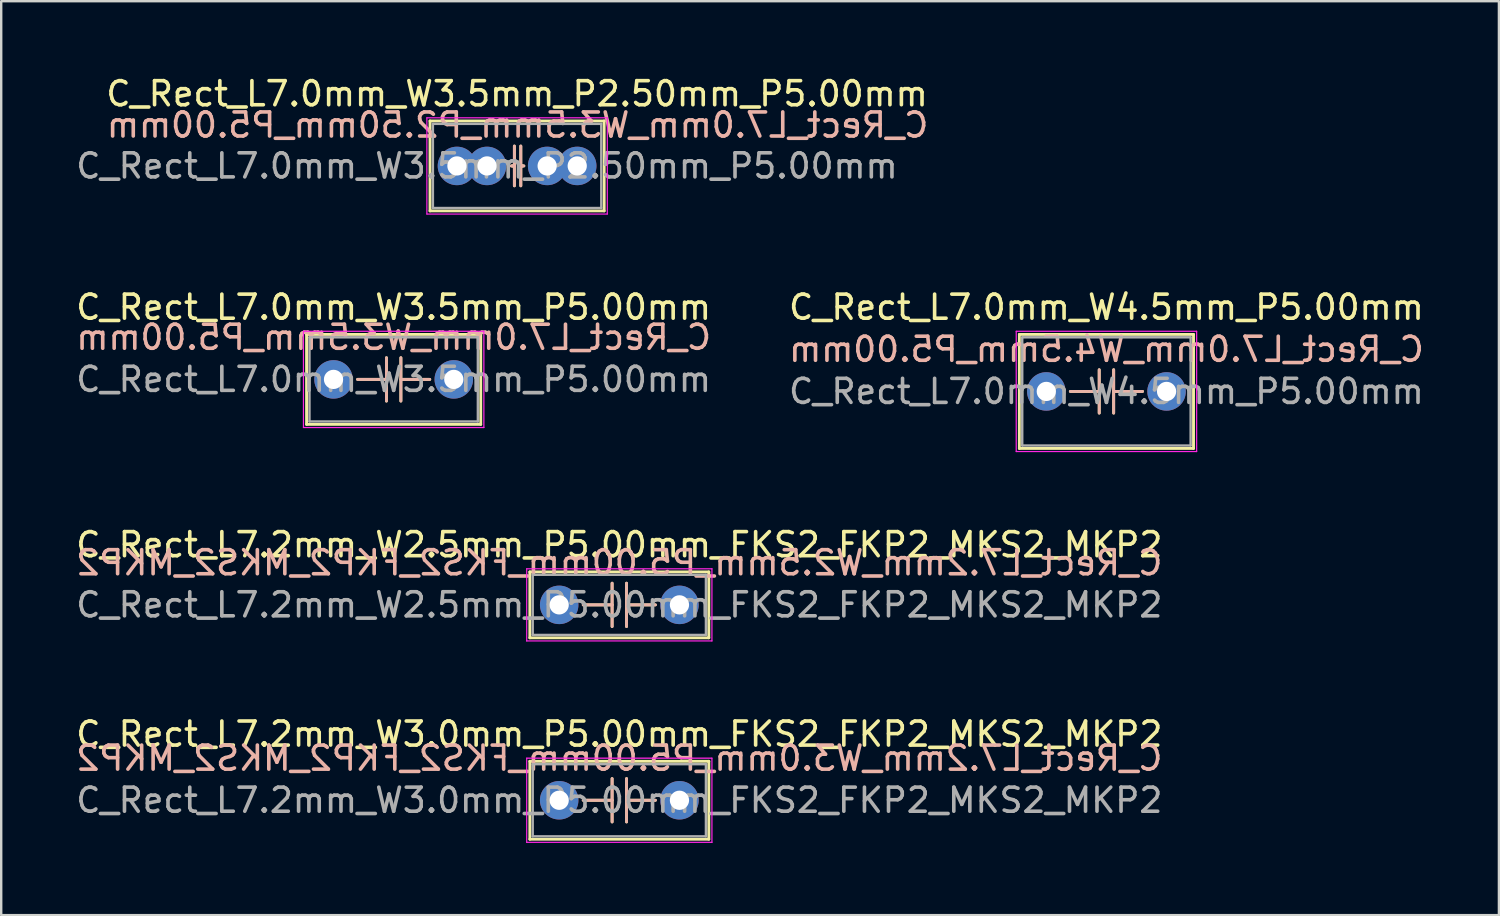
<source format=kicad_pcb>
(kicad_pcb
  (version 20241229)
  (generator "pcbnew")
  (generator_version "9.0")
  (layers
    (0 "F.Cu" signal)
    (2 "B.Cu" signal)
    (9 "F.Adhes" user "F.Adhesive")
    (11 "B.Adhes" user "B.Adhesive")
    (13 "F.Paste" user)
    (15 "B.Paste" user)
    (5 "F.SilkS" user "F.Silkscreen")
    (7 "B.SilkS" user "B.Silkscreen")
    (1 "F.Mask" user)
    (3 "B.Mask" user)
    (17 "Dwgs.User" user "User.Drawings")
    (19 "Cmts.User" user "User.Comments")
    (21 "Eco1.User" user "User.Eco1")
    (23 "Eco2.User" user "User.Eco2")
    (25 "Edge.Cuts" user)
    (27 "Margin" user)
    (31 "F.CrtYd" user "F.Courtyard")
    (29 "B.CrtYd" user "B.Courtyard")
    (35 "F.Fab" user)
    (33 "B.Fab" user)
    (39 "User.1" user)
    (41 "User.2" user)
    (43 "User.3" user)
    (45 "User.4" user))
  (footprint "C_Rect_L7.0mm_W3.5mm_P2.50mm_P5.00mm"
    (layer "F.Cu")
    (at 15.946 3.848)
    (property "Reference" "C_Rect_L7.0mm_W3.5mm_P2.50mm_P5.00mm" (at 2.5 -3 0) (layer "F.SilkS") (effects (font (size 1 1) (thickness 0.15))))
    (fp_line (start -1.12 -1.87) (end -1.12 1.87) (stroke (width 0.12) (type solid)) (layer "F.SilkS"))
    (fp_line (start -1.12 -1.87) (end 6.12 -1.87) (stroke (width 0.12) (type solid)) (layer "F.SilkS"))
    (fp_line (start -1.12 1.87) (end 6.12 1.87) (stroke (width 0.12) (type solid)) (layer "F.SilkS"))
    (fp_line (start 2.261 0) (end 2.324 0) (stroke (width 0.12) (type solid)) (layer "F.SilkS"))
    (fp_line (start 2.324 0) (end 2.388 0) (stroke (width 0.12) (type solid)) (layer "F.SilkS"))
    (fp_line (start 2.388 0) (end 2.388 -0.826) (stroke (width 0.12) (type solid)) (layer "F.SilkS"))
    (fp_line (start 2.388 0.826) (end 2.388 0) (stroke (width 0.12) (type solid)) (layer "F.SilkS"))
    (fp_line (start 2.654 0) (end 2.654 -0.826) (stroke (width 0.12) (type solid)) (layer "F.SilkS"))
    (fp_line (start 2.654 0.826) (end 2.654 0) (stroke (width 0.12) (type solid)) (layer "F.SilkS"))
    (fp_line (start 2.718 0) (end 2.654 0) (stroke (width 0.12) (type solid)) (layer "F.SilkS"))
    (fp_line (start 2.781 0) (end 2.718 0) (stroke (width 0.12) (type solid)) (layer "F.SilkS"))
    (fp_line (start 6.12 -1.87) (end 6.12 1.87) (stroke (width 0.12) (type solid)) (layer "F.SilkS"))
    (fp_line (start 2.26 0) (end 2.324 0) (stroke (width 0.12) (type solid)) (layer "B.SilkS"))
    (fp_line (start 2.324 0) (end 2.387 0) (stroke (width 0.12) (type solid)) (layer "B.SilkS"))
    (fp_line (start 2.387 -0.826) (end 2.387 0) (stroke (width 0.12) (type solid)) (layer "B.SilkS"))
    (fp_line (start 2.387 0) (end 2.387 0.826) (stroke (width 0.12) (type solid)) (layer "B.SilkS"))
    (fp_line (start 2.654 -0.826) (end 2.654 0) (stroke (width 0.12) (type solid)) (layer "B.SilkS"))
    (fp_line (start 2.654 0) (end 2.654 0.826) (stroke (width 0.12) (type solid)) (layer "B.SilkS"))
    (fp_line (start 2.717 0) (end 2.654 0) (stroke (width 0.12) (type solid)) (layer "B.SilkS"))
    (fp_line (start 2.781 0) (end 2.717 0) (stroke (width 0.12) (type solid)) (layer "B.SilkS"))
    (fp_line (start -1.25 -2) (end -1.25 2) (stroke (width 0.05) (type solid)) (layer "F.CrtYd"))
    (fp_line (start -1.25 2) (end 6.25 2) (stroke (width 0.05) (type solid)) (layer "F.CrtYd"))
    (fp_line (start 6.25 -2) (end -1.25 -2) (stroke (width 0.05) (type solid)) (layer "F.CrtYd"))
    (fp_line (start 6.25 2) (end 6.25 -2) (stroke (width 0.05) (type solid)) (layer "F.CrtYd"))
    (fp_line (start -1 -1.75) (end -1 1.75) (stroke (width 0.1) (type solid)) (layer "F.Fab"))
    (fp_line (start -1 1.75) (end 6 1.75) (stroke (width 0.1) (type solid)) (layer "F.Fab"))
    (fp_line (start 6 -1.75) (end -1 -1.75) (stroke (width 0.1) (type solid)) (layer "F.Fab"))
    (fp_line (start 6 1.75) (end 6 -1.75) (stroke (width 0.1) (type solid)) (layer "F.Fab"))
    (fp_text user "${REFERENCE}" (at 2.52 -1.7 0) (layer "B.SilkS") (effects (font (size 1 1) (thickness 0.15)) (justify mirror)))
    (fp_text user "${REFERENCE}" (at 1.25 0 0) (layer "F.Fab") (effects (font (size 1 1) (thickness 0.15))))
    (pad "1" thru_hole circle (at 0 0) (size 1.6 1.6) (drill 0.8) (layers "*.Cu" "*.Mask"))
    (pad "1" thru_hole circle (at 1.25 0) (size 1.6 1.6) (drill 0.8) (layers "*.Cu" "*.Mask"))
    (pad "2" thru_hole circle (at 3.75 0) (size 1.6 1.6) (drill 0.8) (layers "*.Cu" "*.Mask"))
    (pad "2" thru_hole circle (at 5 0) (size 1.6 1.6) (drill 0.8) (layers "*.Cu" "*.Mask")))
  (footprint "C_Rect_L7.2mm_W3.0mm_P5.00mm_FKS2_FKP2_MKS2_MKP2"
    (layer "F.Cu")
    (at 20.196 30.218)
    (property "Reference" "C_Rect_L7.2mm_W3.0mm_P5.00mm_FKS2_FKP2_MKS2_MKP2" (at 2.5 -2.75 0) (layer "F.SilkS") (effects (font (size 1 1) (thickness 0.15))))
    (fp_line (start -1.22 -1.62) (end -1.22 1.62) (stroke (width 0.12) (type solid)) (layer "F.SilkS"))
    (fp_line (start -1.22 -1.62) (end 6.22 -1.62) (stroke (width 0.12) (type solid)) (layer "F.SilkS"))
    (fp_line (start -1.22 1.62) (end 6.22 1.62) (stroke (width 0.12) (type solid)) (layer "F.SilkS"))
    (fp_line (start 1 0) (end 2.2 0) (stroke (width 0.12) (type solid)) (layer "F.SilkS"))
    (fp_line (start 2.2 -0.9) (end 2.2 0.9) (stroke (width 0.12) (type solid)) (layer "F.SilkS"))
    (fp_line (start 2.8 -0.9) (end 2.8 0.9) (stroke (width 0.12) (type solid)) (layer "F.SilkS"))
    (fp_line (start 4 0) (end 2.8 0) (stroke (width 0.12) (type solid)) (layer "F.SilkS"))
    (fp_line (start 6.22 -1.62) (end 6.22 1.62) (stroke (width 0.12) (type solid)) (layer "F.SilkS"))
    (fp_line (start 1 0) (end 2.2 0) (stroke (width 0.12) (type solid)) (layer "B.SilkS"))
    (fp_line (start 2.2 0.9) (end 2.2 -0.9) (stroke (width 0.12) (type solid)) (layer "B.SilkS"))
    (fp_line (start 2.8 0.9) (end 2.8 -0.9) (stroke (width 0.12) (type solid)) (layer "B.SilkS"))
    (fp_line (start 4 0) (end 2.8 0) (stroke (width 0.12) (type solid)) (layer "B.SilkS"))
    (fp_line (start -1.35 -1.75) (end -1.35 1.75) (stroke (width 0.05) (type solid)) (layer "F.CrtYd"))
    (fp_line (start -1.35 1.75) (end 6.35 1.75) (stroke (width 0.05) (type solid)) (layer "F.CrtYd"))
    (fp_line (start 6.35 -1.75) (end -1.35 -1.75) (stroke (width 0.05) (type solid)) (layer "F.CrtYd"))
    (fp_line (start 6.35 1.75) (end 6.35 -1.75) (stroke (width 0.05) (type solid)) (layer "F.CrtYd"))
    (fp_line (start -1.1 -1.5) (end -1.1 1.5) (stroke (width 0.1) (type solid)) (layer "F.Fab"))
    (fp_line (start -1.1 1.5) (end 6.1 1.5) (stroke (width 0.1) (type solid)) (layer "F.Fab"))
    (fp_line (start 6.1 -1.5) (end -1.1 -1.5) (stroke (width 0.1) (type solid)) (layer "F.Fab"))
    (fp_line (start 6.1 1.5) (end 6.1 -1.5) (stroke (width 0.1) (type solid)) (layer "F.Fab"))
    (fp_text user "${REFERENCE}" (at 2.5 -1.75 0) (layer "B.SilkS") (effects (font (size 1 1) (thickness 0.15)) (justify mirror)))
    (fp_text user "${REFERENCE}" (at 2.5 0 0) (layer "F.Fab") (effects (font (size 1 1) (thickness 0.15))))
    (pad "1" thru_hole circle (at 0 0) (size 1.6 1.6) (drill 0.8) (layers "*.Cu" "*.Mask"))
    (pad "2" thru_hole circle (at 5 0) (size 1.6 1.6) (drill 0.8) (layers "*.Cu" "*.Mask")))
  (footprint "C_Rect_L7.0mm_W3.5mm_P5.00mm"
    (layer "F.Cu")
    (at 10.815 12.722)
    (property "Reference" "C_Rect_L7.0mm_W3.5mm_P5.00mm" (at 2.5 -3 0) (layer "F.SilkS") (effects (font (size 1 1) (thickness 0.15))))
    (fp_line (start -1.12 -1.87) (end -1.12 1.87) (stroke (width 0.12) (type solid)) (layer "F.SilkS"))
    (fp_line (start -1.12 -1.87) (end 6.12 -1.87) (stroke (width 0.12) (type solid)) (layer "F.SilkS"))
    (fp_line (start -1.12 1.87) (end 6.12 1.87) (stroke (width 0.12) (type solid)) (layer "F.SilkS"))
    (fp_line (start 1 0) (end 2.2 0) (stroke (width 0.12) (type solid)) (layer "F.SilkS"))
    (fp_line (start 2.2 -0.9) (end 2.2 0.9) (stroke (width 0.12) (type solid)) (layer "F.SilkS"))
    (fp_line (start 2.8 -0.9) (end 2.8 0.9) (stroke (width 0.12) (type solid)) (layer "F.SilkS"))
    (fp_line (start 4 0) (end 2.8 0) (stroke (width 0.12) (type solid)) (layer "F.SilkS"))
    (fp_line (start 6.12 -1.87) (end 6.12 1.87) (stroke (width 0.12) (type solid)) (layer "F.SilkS"))
    (fp_line (start 1 0) (end 2.2 0) (stroke (width 0.12) (type solid)) (layer "B.SilkS"))
    (fp_line (start 2.2 0.9) (end 2.2 -0.9) (stroke (width 0.12) (type solid)) (layer "B.SilkS"))
    (fp_line (start 2.8 0.9) (end 2.8 -0.9) (stroke (width 0.12) (type solid)) (layer "B.SilkS"))
    (fp_line (start 4 0) (end 2.8 0) (stroke (width 0.12) (type solid)) (layer "B.SilkS"))
    (fp_line (start -1.25 -2) (end -1.25 2) (stroke (width 0.05) (type solid)) (layer "F.CrtYd"))
    (fp_line (start -1.25 2) (end 6.25 2) (stroke (width 0.05) (type solid)) (layer "F.CrtYd"))
    (fp_line (start 6.25 -2) (end -1.25 -2) (stroke (width 0.05) (type solid)) (layer "F.CrtYd"))
    (fp_line (start 6.25 2) (end 6.25 -2) (stroke (width 0.05) (type solid)) (layer "F.CrtYd"))
    (fp_line (start -1 -1.75) (end -1 1.75) (stroke (width 0.1) (type solid)) (layer "F.Fab"))
    (fp_line (start -1 1.75) (end 6 1.75) (stroke (width 0.1) (type solid)) (layer "F.Fab"))
    (fp_line (start 6 -1.75) (end -1 -1.75) (stroke (width 0.1) (type solid)) (layer "F.Fab"))
    (fp_line (start 6 1.75) (end 6 -1.75) (stroke (width 0.1) (type solid)) (layer "F.Fab"))
    (fp_text user "${REFERENCE}" (at 2.5 -1.75 0) (layer "B.SilkS") (effects (font (size 1 1) (thickness 0.15)) (justify mirror)))
    (fp_text user "${REFERENCE}" (at 2.5 0 0) (layer "F.Fab") (effects (font (size 1 1) (thickness 0.15))))
    (pad "1" thru_hole circle (at 0 0) (size 1.6 1.6) (drill 0.8) (layers "*.Cu" "*.Mask"))
    (pad "2" thru_hole circle (at 5 0) (size 1.6 1.6) (drill 0.8) (layers "*.Cu" "*.Mask")))
  (footprint "C_Rect_L7.2mm_W2.5mm_P5.00mm_FKS2_FKP2_MKS2_MKP2"
    (layer "F.Cu")
    (at 20.196 22.095)
    (property "Reference" "C_Rect_L7.2mm_W2.5mm_P5.00mm_FKS2_FKP2_MKS2_MKP2" (at 2.5 -2.5 0) (layer "F.SilkS") (effects (font (size 1 1) (thickness 0.15))))
    (fp_line (start -1.22 -1.37) (end -1.22 1.37) (stroke (width 0.12) (type solid)) (layer "F.SilkS"))
    (fp_line (start -1.22 -1.37) (end 6.22 -1.37) (stroke (width 0.12) (type solid)) (layer "F.SilkS"))
    (fp_line (start -1.22 1.37) (end 6.22 1.37) (stroke (width 0.12) (type solid)) (layer "F.SilkS"))
    (fp_line (start 1 0) (end 2.2 0) (stroke (width 0.12) (type solid)) (layer "F.SilkS"))
    (fp_line (start 2.2 -0.9) (end 2.2 0.9) (stroke (width 0.12) (type solid)) (layer "F.SilkS"))
    (fp_line (start 2.8 -0.9) (end 2.8 0.9) (stroke (width 0.12) (type solid)) (layer "F.SilkS"))
    (fp_line (start 4 0) (end 2.8 0) (stroke (width 0.12) (type solid)) (layer "F.SilkS"))
    (fp_line (start 6.22 -1.37) (end 6.22 1.37) (stroke (width 0.12) (type solid)) (layer "F.SilkS"))
    (fp_line (start 1 0) (end 2.2 0) (stroke (width 0.12) (type solid)) (layer "B.SilkS"))
    (fp_line (start 2.2 0.9) (end 2.2 -0.9) (stroke (width 0.12) (type solid)) (layer "B.SilkS"))
    (fp_line (start 2.8 0.9) (end 2.8 -0.9) (stroke (width 0.12) (type solid)) (layer "B.SilkS"))
    (fp_line (start 4 0) (end 2.8 0) (stroke (width 0.12) (type solid)) (layer "B.SilkS"))
    (fp_line (start -1.35 -1.5) (end -1.35 1.5) (stroke (width 0.05) (type solid)) (layer "F.CrtYd"))
    (fp_line (start -1.35 1.5) (end 6.35 1.5) (stroke (width 0.05) (type solid)) (layer "F.CrtYd"))
    (fp_line (start 6.35 -1.5) (end -1.35 -1.5) (stroke (width 0.05) (type solid)) (layer "F.CrtYd"))
    (fp_line (start 6.35 1.5) (end 6.35 -1.5) (stroke (width 0.05) (type solid)) (layer "F.CrtYd"))
    (fp_line (start -1.1 -1.25) (end -1.1 1.25) (stroke (width 0.1) (type solid)) (layer "F.Fab"))
    (fp_line (start -1.1 1.25) (end 6.1 1.25) (stroke (width 0.1) (type solid)) (layer "F.Fab"))
    (fp_line (start 6.1 -1.25) (end -1.1 -1.25) (stroke (width 0.1) (type solid)) (layer "F.Fab"))
    (fp_line (start 6.1 1.25) (end 6.1 -1.25) (stroke (width 0.1) (type solid)) (layer "F.Fab"))
    (fp_text user "${REFERENCE}" (at 2.5 -1.75 0) (layer "B.SilkS") (effects (font (size 1 1) (thickness 0.15)) (justify mirror)))
    (fp_text user "${REFERENCE}" (at 2.5 0 0) (layer "F.Fab") (effects (font (size 1 1) (thickness 0.15))))
    (pad "1" thru_hole circle (at 0 0) (size 1.6 1.6) (drill 0.8) (layers "*.Cu" "*.Mask"))
    (pad "2" thru_hole circle (at 5 0) (size 1.6 1.6) (drill 0.8) (layers "*.Cu" "*.Mask")))
  (footprint "C_Rect_L7.0mm_W4.5mm_P5.00mm"
    (layer "F.Cu")
    (at 40.446 13.222)
    (property "Reference" "C_Rect_L7.0mm_W4.5mm_P5.00mm" (at 2.5 -3.5 0) (layer "F.SilkS") (effects (font (size 1 1) (thickness 0.15))))
    (fp_line (start -1.12 -2.37) (end -1.12 2.37) (stroke (width 0.12) (type solid)) (layer "F.SilkS"))
    (fp_line (start -1.12 -2.37) (end 6.12 -2.37) (stroke (width 0.12) (type solid)) (layer "F.SilkS"))
    (fp_line (start -1.12 2.37) (end 6.12 2.37) (stroke (width 0.12) (type solid)) (layer "F.SilkS"))
    (fp_line (start 1 0) (end 2.2 0) (stroke (width 0.12) (type solid)) (layer "F.SilkS"))
    (fp_line (start 2.2 -0.9) (end 2.2 0.9) (stroke (width 0.12) (type solid)) (layer "F.SilkS"))
    (fp_line (start 2.8 -0.9) (end 2.8 0.9) (stroke (width 0.12) (type solid)) (layer "F.SilkS"))
    (fp_line (start 4 0) (end 2.8 0) (stroke (width 0.12) (type solid)) (layer "F.SilkS"))
    (fp_line (start 6.12 -2.37) (end 6.12 2.37) (stroke (width 0.12) (type solid)) (layer "F.SilkS"))
    (fp_line (start 1 0) (end 2.2 0) (stroke (width 0.12) (type solid)) (layer "B.SilkS"))
    (fp_line (start 2.2 0.9) (end 2.2 -0.9) (stroke (width 0.12) (type solid)) (layer "B.SilkS"))
    (fp_line (start 2.8 0.9) (end 2.8 -0.9) (stroke (width 0.12) (type solid)) (layer "B.SilkS"))
    (fp_line (start 4 0) (end 2.8 0) (stroke (width 0.12) (type solid)) (layer "B.SilkS"))
    (fp_line (start -1.25 -2.5) (end -1.25 2.5) (stroke (width 0.05) (type solid)) (layer "F.CrtYd"))
    (fp_line (start -1.25 2.5) (end 6.25 2.5) (stroke (width 0.05) (type solid)) (layer "F.CrtYd"))
    (fp_line (start 6.25 -2.5) (end -1.25 -2.5) (stroke (width 0.05) (type solid)) (layer "F.CrtYd"))
    (fp_line (start 6.25 2.5) (end 6.25 -2.5) (stroke (width 0.05) (type solid)) (layer "F.CrtYd"))
    (fp_line (start -1 -2.25) (end -1 2.25) (stroke (width 0.1) (type solid)) (layer "F.Fab"))
    (fp_line (start -1 2.25) (end 6 2.25) (stroke (width 0.1) (type solid)) (layer "F.Fab"))
    (fp_line (start 6 -2.25) (end -1 -2.25) (stroke (width 0.1) (type solid)) (layer "F.Fab"))
    (fp_line (start 6 2.25) (end 6 -2.25) (stroke (width 0.1) (type solid)) (layer "F.Fab"))
    (fp_text user "${REFERENCE}" (at 2.5 -1.75 0) (layer "B.SilkS") (effects (font (size 1 1) (thickness 0.15)) (justify mirror)))
    (fp_text user "${REFERENCE}" (at 2.5 0 0) (layer "F.Fab") (effects (font (size 1 1) (thickness 0.15))))
    (pad "1" thru_hole circle (at 0 0) (size 1.6 1.6) (drill 0.8) (layers "*.Cu" "*.Mask"))
    (pad "2" thru_hole circle (at 5 0) (size 1.6 1.6) (drill 0.8) (layers "*.Cu" "*.Mask")))
  (gr_rect
    (start -3 -3)
    (end 59.262 34.993)
    (stroke (width 0.1) (type default))
    (fill no)
    (layer "Edge.Cuts")))
</source>
